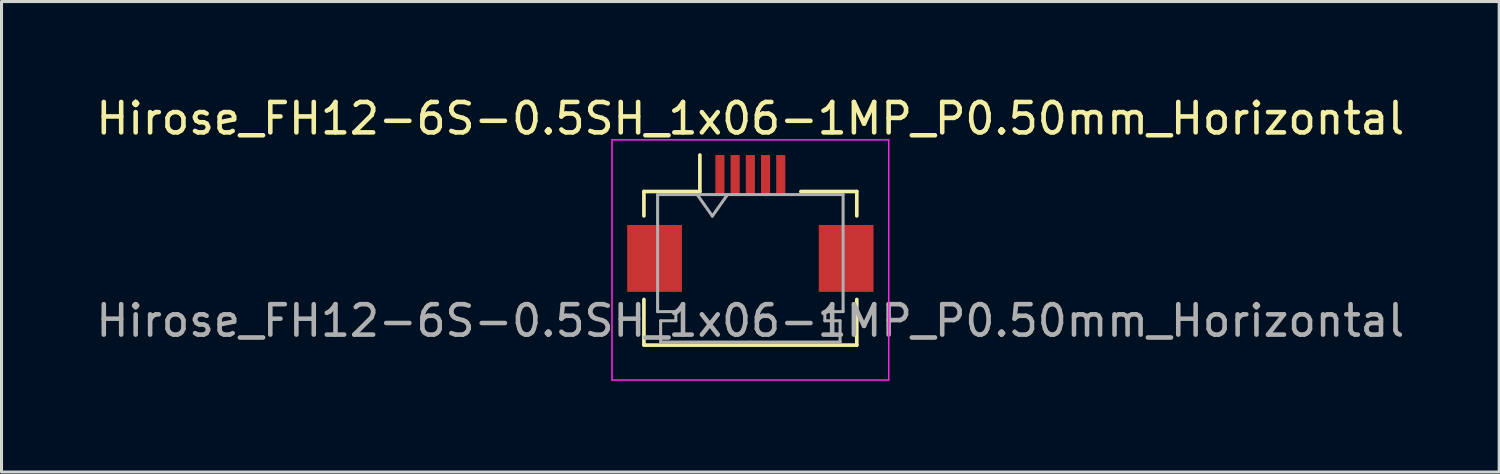
<source format=kicad_pcb>
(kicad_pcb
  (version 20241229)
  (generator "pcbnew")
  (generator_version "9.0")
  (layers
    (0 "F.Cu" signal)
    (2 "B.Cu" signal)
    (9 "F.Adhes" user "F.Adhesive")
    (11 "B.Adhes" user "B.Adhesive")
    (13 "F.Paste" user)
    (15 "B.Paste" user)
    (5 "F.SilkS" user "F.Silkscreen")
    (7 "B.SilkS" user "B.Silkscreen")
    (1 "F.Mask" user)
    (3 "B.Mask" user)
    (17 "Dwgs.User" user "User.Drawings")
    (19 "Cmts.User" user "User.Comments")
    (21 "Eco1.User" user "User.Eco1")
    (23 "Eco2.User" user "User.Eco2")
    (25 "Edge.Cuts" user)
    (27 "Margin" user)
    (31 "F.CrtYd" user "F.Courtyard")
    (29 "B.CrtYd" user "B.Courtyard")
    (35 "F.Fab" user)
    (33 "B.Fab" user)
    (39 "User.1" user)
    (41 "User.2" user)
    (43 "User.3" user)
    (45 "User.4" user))
  (footprint "Hirose_FH12-6S-0.5SH_1x06-1MP_P0.50mm_Horizontal"
    (layer "F.Cu")
    (at 21.625 4.548)
    (property "Reference" "Hirose_FH12-6S-0.5SH_1x06-1MP_P0.50mm_Horizontal" (at 0 -3.7 0) (layer "F.SilkS") (effects (font (size 1 1) (thickness 0.15))))
    (attr smd)
    (fp_line (start -3.5 -1.3) (end -3.5 -0.5) (stroke (width 0.12) (type solid)) (layer "F.SilkS"))
    (fp_line (start -3.5 2.25) (end -3.5 3.74) (stroke (width 0.12) (type solid)) (layer "F.SilkS"))
    (fp_line (start -3.5 3.75) (end 3.5 3.75) (stroke (width 0.12) (type solid)) (layer "F.SilkS"))
    (fp_line (start -1.66 -1.3) (end -3.5 -1.3) (stroke (width 0.12) (type solid)) (layer "F.SilkS"))
    (fp_line (start -1.66 -1.3) (end -1.66 -2.5) (stroke (width 0.12) (type solid)) (layer "F.SilkS"))
    (fp_line (start 1.66 -1.3) (end 3.5 -1.3) (stroke (width 0.12) (type solid)) (layer "F.SilkS"))
    (fp_line (start 3.5 -1.3) (end 3.5 -0.5) (stroke (width 0.12) (type solid)) (layer "F.SilkS"))
    (fp_line (start 3.5 3.75) (end 3.5 2.25) (stroke (width 0.12) (type solid)) (layer "F.SilkS"))
    (fp_line (start -4.55 -3) (end -4.55 4.9) (stroke (width 0.05) (type solid)) (layer "F.CrtYd"))
    (fp_line (start -4.55 4.9) (end 4.55 4.9) (stroke (width 0.05) (type solid)) (layer "F.CrtYd"))
    (fp_line (start 4.55 -3) (end -4.55 -3) (stroke (width 0.05) (type solid)) (layer "F.CrtYd"))
    (fp_line (start 4.55 4.9) (end 4.55 -3) (stroke (width 0.05) (type solid)) (layer "F.CrtYd"))
    (fp_line (start -3.05 -1.2) (end -3.05 2.65) (stroke (width 0.1) (type solid)) (layer "F.Fab"))
    (fp_line (start -3.05 2.65) (end -2.45 2.65) (stroke (width 0.1) (type solid)) (layer "F.Fab"))
    (fp_line (start -2.95 2.95) (end -2.95 3.65) (stroke (width 0.1) (type solid)) (layer "F.Fab"))
    (fp_line (start -2.95 3.65) (end 0 3.65) (stroke (width 0.1) (type solid)) (layer "F.Fab"))
    (fp_line (start -2.45 2.65) (end -2.45 2.95) (stroke (width 0.1) (type solid)) (layer "F.Fab"))
    (fp_line (start -2.45 2.95) (end -2.95 2.95) (stroke (width 0.1) (type solid)) (layer "F.Fab"))
    (fp_line (start -1.75 -1.2) (end -1.25 -0.493) (stroke (width 0.1) (type solid)) (layer "F.Fab"))
    (fp_line (start -1.25 -0.493) (end -0.75 -1.2) (stroke (width 0.1) (type solid)) (layer "F.Fab"))
    (fp_line (start 0 -1.2) (end -3.05 -1.2) (stroke (width 0.1) (type solid)) (layer "F.Fab"))
    (fp_line (start 0 -1.2) (end 3.05 -1.2) (stroke (width 0.1) (type solid)) (layer "F.Fab"))
    (fp_line (start 2.45 2.65) (end 2.45 2.95) (stroke (width 0.1) (type solid)) (layer "F.Fab"))
    (fp_line (start 2.45 2.95) (end 2.95 2.95) (stroke (width 0.1) (type solid)) (layer "F.Fab"))
    (fp_line (start 2.95 2.95) (end 2.95 3.65) (stroke (width 0.1) (type solid)) (layer "F.Fab"))
    (fp_line (start 2.95 3.65) (end 0 3.65) (stroke (width 0.1) (type solid)) (layer "F.Fab"))
    (fp_line (start 3.05 -1.2) (end 3.05 2.65) (stroke (width 0.1) (type solid)) (layer "F.Fab"))
    (fp_line (start 3.05 2.65) (end 2.45 2.65) (stroke (width 0.1) (type solid)) (layer "F.Fab"))
    (fp_text user "${REFERENCE}" (at 0 2.95 0) (layer "F.Fab") (effects (font (size 1 1) (thickness 0.15))))
    (pad "1" smd rect (at -1 -1.85) (size 0.3 1.3) (layers "F.Cu" "F.Mask" "F.Paste"))
    (pad "2" smd rect (at -0.5 -1.85) (size 0.3 1.3) (layers "F.Cu" "F.Mask" "F.Paste"))
    (pad "3" smd rect (at 0 -1.85) (size 0.3 1.3) (layers "F.Cu" "F.Mask" "F.Paste"))
    (pad "4" smd rect (at 0.5 -1.85) (size 0.3 1.3) (layers "F.Cu" "F.Mask" "F.Paste"))
    (pad "5" smd rect (at 1 -1.85) (size 0.3 1.3) (layers "F.Cu" "F.Mask" "F.Paste"))
    (pad "MP" smd rect (at -3.15 0.9) (size 1.8 2.2) (layers "F.Cu" "F.Mask" "F.Paste"))
    (pad "MP" smd rect (at 3.15 0.9) (size 1.8 2.2) (layers "F.Cu" "F.Mask" "F.Paste")))
  (gr_rect
    (start -3 -3)
    (end 46.25 12.473)
    (stroke (width 0.1) (type default))
    (fill no)
    (layer "Edge.Cuts")))
</source>
